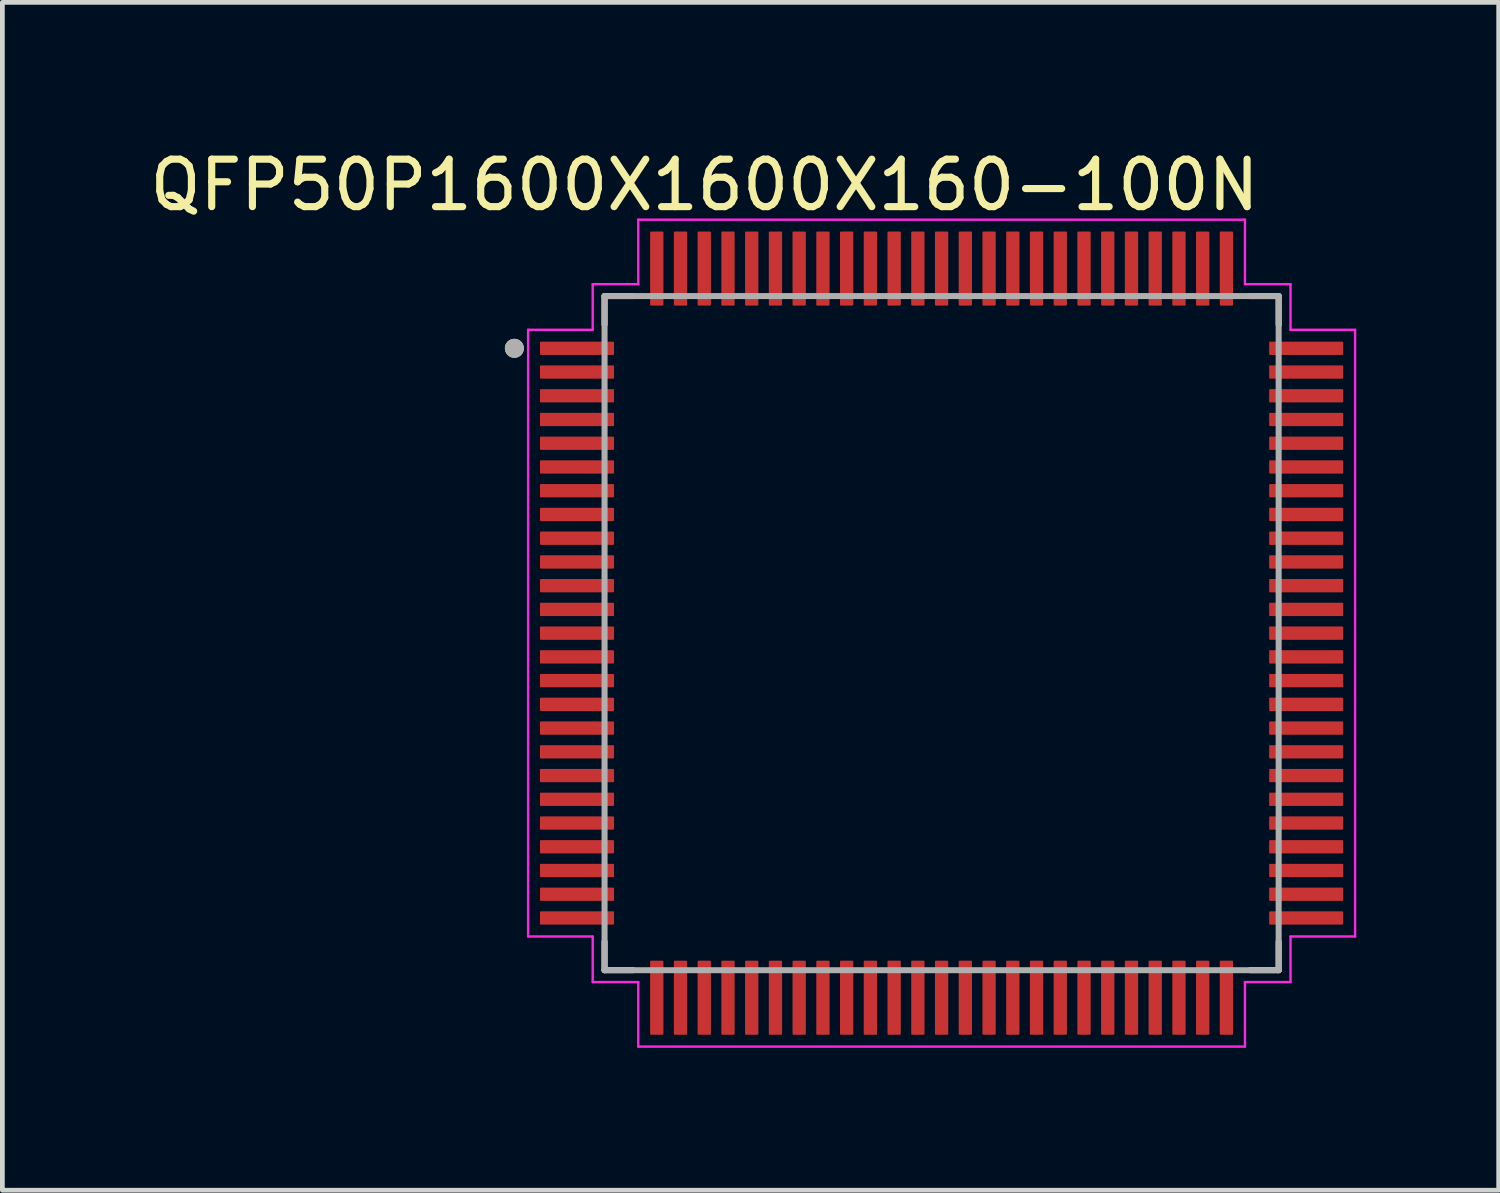
<source format=kicad_pcb>
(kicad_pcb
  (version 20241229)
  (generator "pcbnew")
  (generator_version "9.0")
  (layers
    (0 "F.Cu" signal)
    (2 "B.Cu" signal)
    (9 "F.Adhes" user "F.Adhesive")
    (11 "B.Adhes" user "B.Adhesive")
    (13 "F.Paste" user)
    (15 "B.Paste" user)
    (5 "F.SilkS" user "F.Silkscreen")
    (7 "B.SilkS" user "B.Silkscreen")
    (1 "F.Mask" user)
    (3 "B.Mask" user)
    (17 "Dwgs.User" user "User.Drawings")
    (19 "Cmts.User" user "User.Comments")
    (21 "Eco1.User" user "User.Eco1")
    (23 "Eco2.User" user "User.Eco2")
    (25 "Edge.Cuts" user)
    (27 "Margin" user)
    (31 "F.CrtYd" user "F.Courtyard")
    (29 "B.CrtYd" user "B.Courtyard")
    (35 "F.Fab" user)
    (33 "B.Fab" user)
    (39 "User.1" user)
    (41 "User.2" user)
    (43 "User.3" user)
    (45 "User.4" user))
  (footprint "QFP50P1600X1600X160-100N"
    (layer "F.Cu")
    (at 16.785 10.287)
    (property "Reference" "QFP50P1600X1600X160-100N" (at -4.994 -9.439 0) (layer "F.SilkS") (effects (font (size 1 1) (thickness 0.15))))
    (attr through_hole)
    (fp_line (start -7.1 -7.1) (end -7.1 -6.5) (stroke (width 0.127) (type solid)) (layer "F.SilkS"))
    (fp_line (start -7.1 6.5) (end -7.1 7.1) (stroke (width 0.127) (type solid)) (layer "F.SilkS"))
    (fp_line (start -7.1 7.1) (end -6.5 7.1) (stroke (width 0.127) (type solid)) (layer "F.SilkS"))
    (fp_line (start -6.5 -7.1) (end -7.1 -7.1) (stroke (width 0.127) (type solid)) (layer "F.SilkS"))
    (fp_line (start 6.5 -7.1) (end 7.1 -7.1) (stroke (width 0.127) (type solid)) (layer "F.SilkS"))
    (fp_line (start 7.1 -7.1) (end 7.1 -6.5) (stroke (width 0.127) (type solid)) (layer "F.SilkS"))
    (fp_line (start 7.1 6.5) (end 7.1 7.1) (stroke (width 0.127) (type solid)) (layer "F.SilkS"))
    (fp_line (start 7.1 7.1) (end 6.5 7.1) (stroke (width 0.127) (type solid)) (layer "F.SilkS"))
    (fp_circle (center -9 -6) (end -8.9 -6) (stroke (width 0.2) (type solid)) (fill no) (layer "F.SilkS"))
    (fp_line (start -8.71 -6.39) (end -7.35 -6.39) (stroke (width 0.05) (type solid)) (layer "F.CrtYd"))
    (fp_line (start -8.71 6.39) (end -8.71 -6.39) (stroke (width 0.05) (type solid)) (layer "F.CrtYd"))
    (fp_line (start -7.35 -7.35) (end -6.39 -7.35) (stroke (width 0.05) (type solid)) (layer "F.CrtYd"))
    (fp_line (start -7.35 -6.39) (end -7.35 -7.35) (stroke (width 0.05) (type solid)) (layer "F.CrtYd"))
    (fp_line (start -7.35 6.39) (end -8.71 6.39) (stroke (width 0.05) (type solid)) (layer "F.CrtYd"))
    (fp_line (start -7.35 7.35) (end -7.35 6.39) (stroke (width 0.05) (type solid)) (layer "F.CrtYd"))
    (fp_line (start -6.39 -8.71) (end 6.39 -8.71) (stroke (width 0.05) (type solid)) (layer "F.CrtYd"))
    (fp_line (start -6.39 -7.35) (end -6.39 -8.71) (stroke (width 0.05) (type solid)) (layer "F.CrtYd"))
    (fp_line (start -6.39 7.35) (end -7.35 7.35) (stroke (width 0.05) (type solid)) (layer "F.CrtYd"))
    (fp_line (start -6.39 8.71) (end -6.39 7.35) (stroke (width 0.05) (type solid)) (layer "F.CrtYd"))
    (fp_line (start 6.39 -8.71) (end 6.39 -7.35) (stroke (width 0.05) (type solid)) (layer "F.CrtYd"))
    (fp_line (start 6.39 -7.35) (end 7.35 -7.35) (stroke (width 0.05) (type solid)) (layer "F.CrtYd"))
    (fp_line (start 6.39 7.35) (end 6.39 8.71) (stroke (width 0.05) (type solid)) (layer "F.CrtYd"))
    (fp_line (start 6.39 8.71) (end -6.39 8.71) (stroke (width 0.05) (type solid)) (layer "F.CrtYd"))
    (fp_line (start 7.35 -7.35) (end 7.35 -6.39) (stroke (width 0.05) (type solid)) (layer "F.CrtYd"))
    (fp_line (start 7.35 -6.39) (end 8.71 -6.39) (stroke (width 0.05) (type solid)) (layer "F.CrtYd"))
    (fp_line (start 7.35 6.39) (end 7.35 7.35) (stroke (width 0.05) (type solid)) (layer "F.CrtYd"))
    (fp_line (start 7.35 7.35) (end 6.39 7.35) (stroke (width 0.05) (type solid)) (layer "F.CrtYd"))
    (fp_line (start 8.71 -6.39) (end 8.71 6.39) (stroke (width 0.05) (type solid)) (layer "F.CrtYd"))
    (fp_line (start 8.71 6.39) (end 7.35 6.39) (stroke (width 0.05) (type solid)) (layer "F.CrtYd"))
    (fp_line (start -7.1 -7.1) (end 7.1 -7.1) (stroke (width 0.127) (type solid)) (layer "F.Fab"))
    (fp_line (start -7.1 7.1) (end -7.1 -7.1) (stroke (width 0.127) (type solid)) (layer "F.Fab"))
    (fp_line (start 7.1 -7.1) (end 7.1 7.1) (stroke (width 0.127) (type solid)) (layer "F.Fab"))
    (fp_line (start 7.1 7.1) (end -7.1 7.1) (stroke (width 0.127) (type solid)) (layer "F.Fab"))
    (fp_circle (center -9 -6) (end -8.9 -6) (stroke (width 0.2) (type solid)) (fill no) (layer "F.Fab"))
    (pad "1" smd roundrect (at -7.68 -6) (size 1.56 0.28) (layers "F.Cu" "F.Mask" "F.Paste") (roundrect_rratio 0.07))
    (pad "2" smd roundrect (at -7.68 -5.5) (size 1.56 0.28) (layers "F.Cu" "F.Mask" "F.Paste") (roundrect_rratio 0.07))
    (pad "3" smd roundrect (at -7.68 -5) (size 1.56 0.28) (layers "F.Cu" "F.Mask" "F.Paste") (roundrect_rratio 0.07))
    (pad "4" smd roundrect (at -7.68 -4.5) (size 1.56 0.28) (layers "F.Cu" "F.Mask" "F.Paste") (roundrect_rratio 0.07))
    (pad "5" smd roundrect (at -7.68 -4) (size 1.56 0.28) (layers "F.Cu" "F.Mask" "F.Paste") (roundrect_rratio 0.07))
    (pad "6" smd roundrect (at -7.68 -3.5) (size 1.56 0.28) (layers "F.Cu" "F.Mask" "F.Paste") (roundrect_rratio 0.07))
    (pad "7" smd roundrect (at -7.68 -3) (size 1.56 0.28) (layers "F.Cu" "F.Mask" "F.Paste") (roundrect_rratio 0.07))
    (pad "8" smd roundrect (at -7.68 -2.5) (size 1.56 0.28) (layers "F.Cu" "F.Mask" "F.Paste") (roundrect_rratio 0.07))
    (pad "9" smd roundrect (at -7.68 -2) (size 1.56 0.28) (layers "F.Cu" "F.Mask" "F.Paste") (roundrect_rratio 0.07))
    (pad "10" smd roundrect (at -7.68 -1.5) (size 1.56 0.28) (layers "F.Cu" "F.Mask" "F.Paste") (roundrect_rratio 0.07))
    (pad "11" smd roundrect (at -7.68 -1) (size 1.56 0.28) (layers "F.Cu" "F.Mask" "F.Paste") (roundrect_rratio 0.07))
    (pad "12" smd roundrect (at -7.68 -0.5) (size 1.56 0.28) (layers "F.Cu" "F.Mask" "F.Paste") (roundrect_rratio 0.07))
    (pad "13" smd roundrect (at -7.68 0) (size 1.56 0.28) (layers "F.Cu" "F.Mask" "F.Paste") (roundrect_rratio 0.07))
    (pad "14" smd roundrect (at -7.68 0.5) (size 1.56 0.28) (layers "F.Cu" "F.Mask" "F.Paste") (roundrect_rratio 0.07))
    (pad "15" smd roundrect (at -7.68 1) (size 1.56 0.28) (layers "F.Cu" "F.Mask" "F.Paste") (roundrect_rratio 0.07))
    (pad "16" smd roundrect (at -7.68 1.5) (size 1.56 0.28) (layers "F.Cu" "F.Mask" "F.Paste") (roundrect_rratio 0.07))
    (pad "17" smd roundrect (at -7.68 2) (size 1.56 0.28) (layers "F.Cu" "F.Mask" "F.Paste") (roundrect_rratio 0.07))
    (pad "18" smd roundrect (at -7.68 2.5) (size 1.56 0.28) (layers "F.Cu" "F.Mask" "F.Paste") (roundrect_rratio 0.07))
    (pad "19" smd roundrect (at -7.68 3) (size 1.56 0.28) (layers "F.Cu" "F.Mask" "F.Paste") (roundrect_rratio 0.07))
    (pad "20" smd roundrect (at -7.68 3.5) (size 1.56 0.28) (layers "F.Cu" "F.Mask" "F.Paste") (roundrect_rratio 0.07))
    (pad "21" smd roundrect (at -7.68 4) (size 1.56 0.28) (layers "F.Cu" "F.Mask" "F.Paste") (roundrect_rratio 0.07))
    (pad "22" smd roundrect (at -7.68 4.5) (size 1.56 0.28) (layers "F.Cu" "F.Mask" "F.Paste") (roundrect_rratio 0.07))
    (pad "23" smd roundrect (at -7.68 5) (size 1.56 0.28) (layers "F.Cu" "F.Mask" "F.Paste") (roundrect_rratio 0.07))
    (pad "24" smd roundrect (at -7.68 5.5) (size 1.56 0.28) (layers "F.Cu" "F.Mask" "F.Paste") (roundrect_rratio 0.07))
    (pad "25" smd roundrect (at -7.68 6) (size 1.56 0.28) (layers "F.Cu" "F.Mask" "F.Paste") (roundrect_rratio 0.07))
    (pad "26" smd roundrect (at -6 7.68 90) (size 1.56 0.28) (layers "F.Cu" "F.Mask" "F.Paste") (roundrect_rratio 0.07))
    (pad "27" smd roundrect (at -5.5 7.68 90) (size 1.56 0.28) (layers "F.Cu" "F.Mask" "F.Paste") (roundrect_rratio 0.07))
    (pad "28" smd roundrect (at -5 7.68 90) (size 1.56 0.28) (layers "F.Cu" "F.Mask" "F.Paste") (roundrect_rratio 0.07))
    (pad "29" smd roundrect (at -4.5 7.68 90) (size 1.56 0.28) (layers "F.Cu" "F.Mask" "F.Paste") (roundrect_rratio 0.07))
    (pad "30" smd roundrect (at -4 7.68 90) (size 1.56 0.28) (layers "F.Cu" "F.Mask" "F.Paste") (roundrect_rratio 0.07))
    (pad "31" smd roundrect (at -3.5 7.68 90) (size 1.56 0.28) (layers "F.Cu" "F.Mask" "F.Paste") (roundrect_rratio 0.07))
    (pad "32" smd roundrect (at -3 7.68 90) (size 1.56 0.28) (layers "F.Cu" "F.Mask" "F.Paste") (roundrect_rratio 0.07))
    (pad "33" smd roundrect (at -2.5 7.68 90) (size 1.56 0.28) (layers "F.Cu" "F.Mask" "F.Paste") (roundrect_rratio 0.07))
    (pad "34" smd roundrect (at -2 7.68 90) (size 1.56 0.28) (layers "F.Cu" "F.Mask" "F.Paste") (roundrect_rratio 0.07))
    (pad "35" smd roundrect (at -1.5 7.68 90) (size 1.56 0.28) (layers "F.Cu" "F.Mask" "F.Paste") (roundrect_rratio 0.07))
    (pad "36" smd roundrect (at -1 7.68 90) (size 1.56 0.28) (layers "F.Cu" "F.Mask" "F.Paste") (roundrect_rratio 0.07))
    (pad "37" smd roundrect (at -0.5 7.68 90) (size 1.56 0.28) (layers "F.Cu" "F.Mask" "F.Paste") (roundrect_rratio 0.07))
    (pad "38" smd roundrect (at 0 7.68 90) (size 1.56 0.28) (layers "F.Cu" "F.Mask" "F.Paste") (roundrect_rratio 0.07))
    (pad "39" smd roundrect (at 0.5 7.68 90) (size 1.56 0.28) (layers "F.Cu" "F.Mask" "F.Paste") (roundrect_rratio 0.07))
    (pad "40" smd roundrect (at 1 7.68 90) (size 1.56 0.28) (layers "F.Cu" "F.Mask" "F.Paste") (roundrect_rratio 0.07))
    (pad "41" smd roundrect (at 1.5 7.68 90) (size 1.56 0.28) (layers "F.Cu" "F.Mask" "F.Paste") (roundrect_rratio 0.07))
    (pad "42" smd roundrect (at 2 7.68 90) (size 1.56 0.28) (layers "F.Cu" "F.Mask" "F.Paste") (roundrect_rratio 0.07))
    (pad "43" smd roundrect (at 2.5 7.68 90) (size 1.56 0.28) (layers "F.Cu" "F.Mask" "F.Paste") (roundrect_rratio 0.07))
    (pad "44" smd roundrect (at 3 7.68 90) (size 1.56 0.28) (layers "F.Cu" "F.Mask" "F.Paste") (roundrect_rratio 0.07))
    (pad "45" smd roundrect (at 3.5 7.68 90) (size 1.56 0.28) (layers "F.Cu" "F.Mask" "F.Paste") (roundrect_rratio 0.07))
    (pad "46" smd roundrect (at 4 7.68 90) (size 1.56 0.28) (layers "F.Cu" "F.Mask" "F.Paste") (roundrect_rratio 0.07))
    (pad "47" smd roundrect (at 4.5 7.68 90) (size 1.56 0.28) (layers "F.Cu" "F.Mask" "F.Paste") (roundrect_rratio 0.07))
    (pad "48" smd roundrect (at 5 7.68 90) (size 1.56 0.28) (layers "F.Cu" "F.Mask" "F.Paste") (roundrect_rratio 0.07))
    (pad "49" smd roundrect (at 5.5 7.68 90) (size 1.56 0.28) (layers "F.Cu" "F.Mask" "F.Paste") (roundrect_rratio 0.07))
    (pad "50" smd roundrect (at 6 7.68 90) (size 1.56 0.28) (layers "F.Cu" "F.Mask" "F.Paste") (roundrect_rratio 0.07))
    (pad "51" smd roundrect (at 7.68 6) (size 1.56 0.28) (layers "F.Cu" "F.Mask" "F.Paste") (roundrect_rratio 0.07))
    (pad "52" smd roundrect (at 7.68 5.5) (size 1.56 0.28) (layers "F.Cu" "F.Mask" "F.Paste") (roundrect_rratio 0.07))
    (pad "53" smd roundrect (at 7.68 5) (size 1.56 0.28) (layers "F.Cu" "F.Mask" "F.Paste") (roundrect_rratio 0.07))
    (pad "54" smd roundrect (at 7.68 4.5) (size 1.56 0.28) (layers "F.Cu" "F.Mask" "F.Paste") (roundrect_rratio 0.07))
    (pad "55" smd roundrect (at 7.68 4) (size 1.56 0.28) (layers "F.Cu" "F.Mask" "F.Paste") (roundrect_rratio 0.07))
    (pad "56" smd roundrect (at 7.68 3.5) (size 1.56 0.28) (layers "F.Cu" "F.Mask" "F.Paste") (roundrect_rratio 0.07))
    (pad "57" smd roundrect (at 7.68 3) (size 1.56 0.28) (layers "F.Cu" "F.Mask" "F.Paste") (roundrect_rratio 0.07))
    (pad "58" smd roundrect (at 7.68 2.5) (size 1.56 0.28) (layers "F.Cu" "F.Mask" "F.Paste") (roundrect_rratio 0.07))
    (pad "59" smd roundrect (at 7.68 2) (size 1.56 0.28) (layers "F.Cu" "F.Mask" "F.Paste") (roundrect_rratio 0.07))
    (pad "60" smd roundrect (at 7.68 1.5) (size 1.56 0.28) (layers "F.Cu" "F.Mask" "F.Paste") (roundrect_rratio 0.07))
    (pad "61" smd roundrect (at 7.68 1) (size 1.56 0.28) (layers "F.Cu" "F.Mask" "F.Paste") (roundrect_rratio 0.07))
    (pad "62" smd roundrect (at 7.68 0.5) (size 1.56 0.28) (layers "F.Cu" "F.Mask" "F.Paste") (roundrect_rratio 0.07))
    (pad "63" smd roundrect (at 7.68 0) (size 1.56 0.28) (layers "F.Cu" "F.Mask" "F.Paste") (roundrect_rratio 0.07))
    (pad "64" smd roundrect (at 7.68 -0.5) (size 1.56 0.28) (layers "F.Cu" "F.Mask" "F.Paste") (roundrect_rratio 0.07))
    (pad "65" smd roundrect (at 7.68 -1) (size 1.56 0.28) (layers "F.Cu" "F.Mask" "F.Paste") (roundrect_rratio 0.07))
    (pad "66" smd roundrect (at 7.68 -1.5) (size 1.56 0.28) (layers "F.Cu" "F.Mask" "F.Paste") (roundrect_rratio 0.07))
    (pad "67" smd roundrect (at 7.68 -2) (size 1.56 0.28) (layers "F.Cu" "F.Mask" "F.Paste") (roundrect_rratio 0.07))
    (pad "68" smd roundrect (at 7.68 -2.5) (size 1.56 0.28) (layers "F.Cu" "F.Mask" "F.Paste") (roundrect_rratio 0.07))
    (pad "69" smd roundrect (at 7.68 -3) (size 1.56 0.28) (layers "F.Cu" "F.Mask" "F.Paste") (roundrect_rratio 0.07))
    (pad "70" smd roundrect (at 7.68 -3.5) (size 1.56 0.28) (layers "F.Cu" "F.Mask" "F.Paste") (roundrect_rratio 0.07))
    (pad "71" smd roundrect (at 7.68 -4) (size 1.56 0.28) (layers "F.Cu" "F.Mask" "F.Paste") (roundrect_rratio 0.07))
    (pad "72" smd roundrect (at 7.68 -4.5) (size 1.56 0.28) (layers "F.Cu" "F.Mask" "F.Paste") (roundrect_rratio 0.07))
    (pad "73" smd roundrect (at 7.68 -5) (size 1.56 0.28) (layers "F.Cu" "F.Mask" "F.Paste") (roundrect_rratio 0.07))
    (pad "74" smd roundrect (at 7.68 -5.5) (size 1.56 0.28) (layers "F.Cu" "F.Mask" "F.Paste") (roundrect_rratio 0.07))
    (pad "75" smd roundrect (at 7.68 -6) (size 1.56 0.28) (layers "F.Cu" "F.Mask" "F.Paste") (roundrect_rratio 0.07))
    (pad "76" smd roundrect (at 6 -7.68 90) (size 1.56 0.28) (layers "F.Cu" "F.Mask" "F.Paste") (roundrect_rratio 0.07))
    (pad "77" smd roundrect (at 5.5 -7.68 90) (size 1.56 0.28) (layers "F.Cu" "F.Mask" "F.Paste") (roundrect_rratio 0.07))
    (pad "78" smd roundrect (at 5 -7.68 90) (size 1.56 0.28) (layers "F.Cu" "F.Mask" "F.Paste") (roundrect_rratio 0.07))
    (pad "79" smd roundrect (at 4.5 -7.68 90) (size 1.56 0.28) (layers "F.Cu" "F.Mask" "F.Paste") (roundrect_rratio 0.07))
    (pad "80" smd roundrect (at 4 -7.68 90) (size 1.56 0.28) (layers "F.Cu" "F.Mask" "F.Paste") (roundrect_rratio 0.07))
    (pad "81" smd roundrect (at 3.5 -7.68 90) (size 1.56 0.28) (layers "F.Cu" "F.Mask" "F.Paste") (roundrect_rratio 0.07))
    (pad "82" smd roundrect (at 3 -7.68 90) (size 1.56 0.28) (layers "F.Cu" "F.Mask" "F.Paste") (roundrect_rratio 0.07))
    (pad "83" smd roundrect (at 2.5 -7.68 90) (size 1.56 0.28) (layers "F.Cu" "F.Mask" "F.Paste") (roundrect_rratio 0.07))
    (pad "84" smd roundrect (at 2 -7.68 90) (size 1.56 0.28) (layers "F.Cu" "F.Mask" "F.Paste") (roundrect_rratio 0.07))
    (pad "85" smd roundrect (at 1.5 -7.68 90) (size 1.56 0.28) (layers "F.Cu" "F.Mask" "F.Paste") (roundrect_rratio 0.07))
    (pad "86" smd roundrect (at 1 -7.68 90) (size 1.56 0.28) (layers "F.Cu" "F.Mask" "F.Paste") (roundrect_rratio 0.07))
    (pad "87" smd roundrect (at 0.5 -7.68 90) (size 1.56 0.28) (layers "F.Cu" "F.Mask" "F.Paste") (roundrect_rratio 0.07))
    (pad "88" smd roundrect (at 0 -7.68 90) (size 1.56 0.28) (layers "F.Cu" "F.Mask" "F.Paste") (roundrect_rratio 0.07))
    (pad "89" smd roundrect (at -0.5 -7.68 90) (size 1.56 0.28) (layers "F.Cu" "F.Mask" "F.Paste") (roundrect_rratio 0.07))
    (pad "90" smd roundrect (at -1 -7.68 90) (size 1.56 0.28) (layers "F.Cu" "F.Mask" "F.Paste") (roundrect_rratio 0.07))
    (pad "91" smd roundrect (at -1.5 -7.68 90) (size 1.56 0.28) (layers "F.Cu" "F.Mask" "F.Paste") (roundrect_rratio 0.07))
    (pad "92" smd roundrect (at -2 -7.68 90) (size 1.56 0.28) (layers "F.Cu" "F.Mask" "F.Paste") (roundrect_rratio 0.07))
    (pad "93" smd roundrect (at -2.5 -7.68 90) (size 1.56 0.28) (layers "F.Cu" "F.Mask" "F.Paste") (roundrect_rratio 0.07))
    (pad "94" smd roundrect (at -3 -7.68 90) (size 1.56 0.28) (layers "F.Cu" "F.Mask" "F.Paste") (roundrect_rratio 0.07))
    (pad "95" smd roundrect (at -3.5 -7.68 90) (size 1.56 0.28) (layers "F.Cu" "F.Mask" "F.Paste") (roundrect_rratio 0.07))
    (pad "96" smd roundrect (at -4 -7.68 90) (size 1.56 0.28) (layers "F.Cu" "F.Mask" "F.Paste") (roundrect_rratio 0.07))
    (pad "97" smd roundrect (at -4.5 -7.68 90) (size 1.56 0.28) (layers "F.Cu" "F.Mask" "F.Paste") (roundrect_rratio 0.07))
    (pad "98" smd roundrect (at -5 -7.68 90) (size 1.56 0.28) (layers "F.Cu" "F.Mask" "F.Paste") (roundrect_rratio 0.07))
    (pad "99" smd roundrect (at -5.5 -7.68 90) (size 1.56 0.28) (layers "F.Cu" "F.Mask" "F.Paste") (roundrect_rratio 0.07))
    (pad "100" smd roundrect (at -6 -7.68 90) (size 1.56 0.28) (layers "F.Cu" "F.Mask" "F.Paste") (roundrect_rratio 0.07)))
  (gr_rect
    (start -3 -3)
    (end 28.52 22.022)
    (stroke (width 0.1) (type default))
    (fill no)
    (layer "Edge.Cuts")))
</source>
